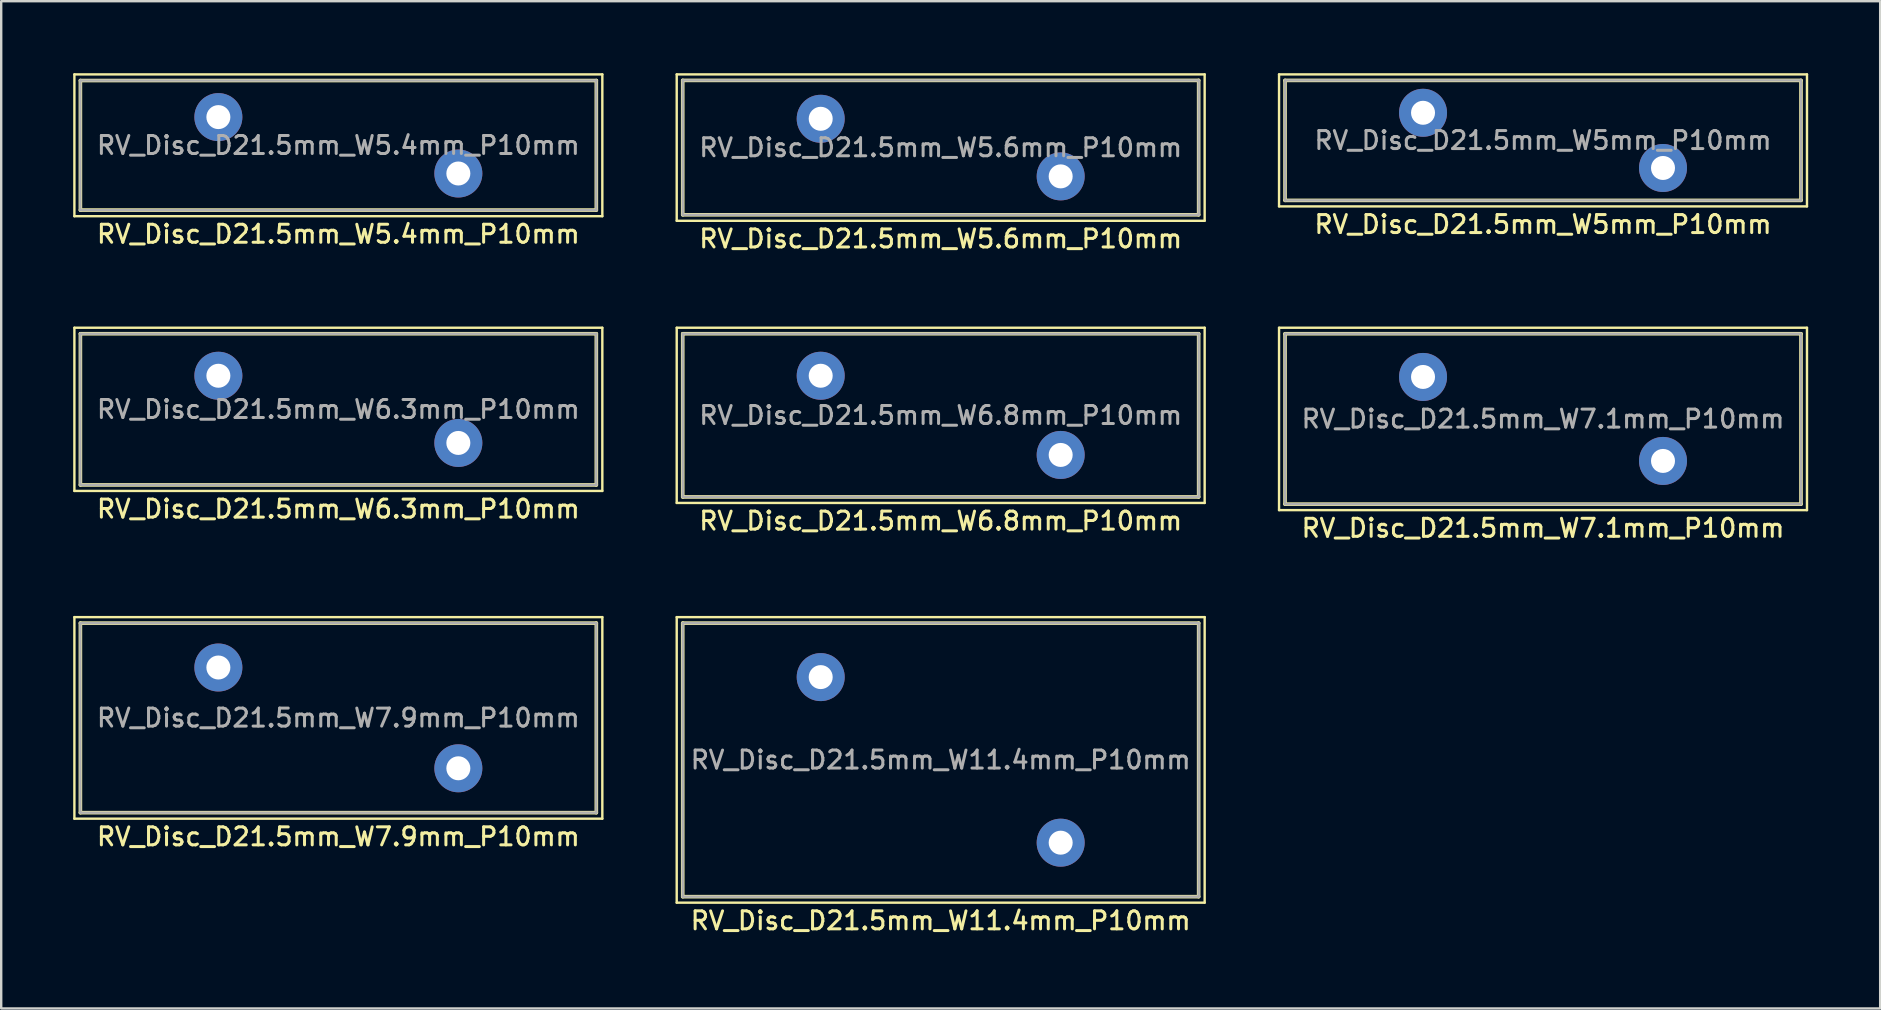
<source format=kicad_pcb>
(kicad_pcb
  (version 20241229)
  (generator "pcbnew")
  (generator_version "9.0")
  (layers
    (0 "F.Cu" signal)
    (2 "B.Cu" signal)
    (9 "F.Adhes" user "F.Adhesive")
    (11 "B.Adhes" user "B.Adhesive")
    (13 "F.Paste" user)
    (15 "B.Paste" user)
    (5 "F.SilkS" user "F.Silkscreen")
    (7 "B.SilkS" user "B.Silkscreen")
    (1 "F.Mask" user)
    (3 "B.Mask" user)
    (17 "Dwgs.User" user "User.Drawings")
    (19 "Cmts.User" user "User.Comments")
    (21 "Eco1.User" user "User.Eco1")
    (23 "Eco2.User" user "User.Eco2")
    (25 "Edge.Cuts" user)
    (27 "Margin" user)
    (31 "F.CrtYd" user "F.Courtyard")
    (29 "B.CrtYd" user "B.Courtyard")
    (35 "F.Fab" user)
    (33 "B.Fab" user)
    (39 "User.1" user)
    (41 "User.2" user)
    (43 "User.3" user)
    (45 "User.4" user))
  (footprint "RV_Disc_D21.5mm_W5.4mm_P10mm"
    (layer "F.Cu")
    (at 6.05 1.83)
    (property "Reference" "RV_Disc_D21.5mm_W5.4mm_P10mm" (at 5 4.875 0) (layer "F.SilkS") (effects (font (size 0.75 0.75) (thickness 0.125))))
    (attr through_hole)
    (fp_line (start -6 -1.78) (end -6 4.13) (stroke (width 0.1) (type solid)) (layer "F.SilkS"))
    (fp_line (start -6 -1.78) (end 16 -1.78) (stroke (width 0.1) (type solid)) (layer "F.SilkS"))
    (fp_line (start -6 4.13) (end 16 4.13) (stroke (width 0.1) (type solid)) (layer "F.SilkS"))
    (fp_line (start -5.75 -1.525) (end -5.75 3.875) (stroke (width 0.15) (type solid)) (layer "F.SilkS"))
    (fp_line (start -5.75 -1.525) (end 15.75 -1.525) (stroke (width 0.15) (type solid)) (layer "F.SilkS"))
    (fp_line (start -5.75 3.875) (end 15.75 3.875) (stroke (width 0.15) (type solid)) (layer "F.SilkS"))
    (fp_line (start 15.75 -1.525) (end 15.75 3.875) (stroke (width 0.15) (type solid)) (layer "F.SilkS"))
    (fp_line (start 16 -1.78) (end 16 4.13) (stroke (width 0.1) (type solid)) (layer "F.SilkS"))
    (fp_line (start -5.75 -1.525) (end -5.75 3.875) (stroke (width 0.1) (type solid)) (layer "F.Fab"))
    (fp_line (start -5.75 -1.525) (end 15.75 -1.525) (stroke (width 0.1) (type solid)) (layer "F.Fab"))
    (fp_line (start -5.75 3.875) (end 15.75 3.875) (stroke (width 0.1) (type solid)) (layer "F.Fab"))
    (fp_line (start 15.75 -1.525) (end 15.75 3.875) (stroke (width 0.1) (type solid)) (layer "F.Fab"))
    (fp_text user "${REFERENCE}" (at 5 1.175 0) (layer "F.Fab") (effects (font (size 0.75 0.75) (thickness 0.125))))
    (pad "1" thru_hole circle (at 0 0) (size 2 2) (drill 1) (layers "*.Cu" "*.Mask"))
    (pad "2" thru_hole circle (at 10 2.35) (size 2 2) (drill 1) (layers "*.Cu" "*.Mask")))
  (footprint "RV_Disc_D21.5mm_W7.1mm_P10mm"
    (layer "F.Cu")
    (at 56.25 12.658)
    (property "Reference" "RV_Disc_D21.5mm_W7.1mm_P10mm" (at 5 6.3 0) (layer "F.SilkS") (effects (font (size 0.75 0.75) (thickness 0.125))))
    (attr through_hole)
    (fp_line (start -6 -2.05) (end -6 5.55) (stroke (width 0.1) (type solid)) (layer "F.SilkS"))
    (fp_line (start -6 -2.05) (end 16 -2.05) (stroke (width 0.1) (type solid)) (layer "F.SilkS"))
    (fp_line (start -6 5.55) (end 16 5.55) (stroke (width 0.1) (type solid)) (layer "F.SilkS"))
    (fp_line (start -5.75 -1.8) (end -5.75 5.3) (stroke (width 0.15) (type solid)) (layer "F.SilkS"))
    (fp_line (start -5.75 -1.8) (end 15.75 -1.8) (stroke (width 0.15) (type solid)) (layer "F.SilkS"))
    (fp_line (start -5.75 5.3) (end 15.75 5.3) (stroke (width 0.15) (type solid)) (layer "F.SilkS"))
    (fp_line (start 15.75 -1.8) (end 15.75 5.3) (stroke (width 0.15) (type solid)) (layer "F.SilkS"))
    (fp_line (start 16 -2.05) (end 16 5.55) (stroke (width 0.1) (type solid)) (layer "F.SilkS"))
    (fp_line (start -5.75 -1.8) (end -5.75 5.3) (stroke (width 0.1) (type solid)) (layer "F.Fab"))
    (fp_line (start -5.75 -1.8) (end 15.75 -1.8) (stroke (width 0.1) (type solid)) (layer "F.Fab"))
    (fp_line (start -5.75 5.3) (end 15.75 5.3) (stroke (width 0.1) (type solid)) (layer "F.Fab"))
    (fp_line (start 15.75 -1.8) (end 15.75 5.3) (stroke (width 0.1) (type solid)) (layer "F.Fab"))
    (fp_text user "${REFERENCE}" (at 5 1.75 0) (layer "F.Fab") (effects (font (size 0.75 0.75) (thickness 0.125))))
    (pad "1" thru_hole circle (at 0 0) (size 2 2) (drill 1) (layers "*.Cu" "*.Mask"))
    (pad "2" thru_hole circle (at 10 3.5) (size 2 2) (drill 1) (layers "*.Cu" "*.Mask")))
  (footprint "RV_Disc_D21.5mm_W11.4mm_P10mm"
    (layer "F.Cu")
    (at 31.15 25.166)
    (property "Reference" "RV_Disc_D21.5mm_W11.4mm_P10mm" (at 5 10.15 0) (layer "F.SilkS") (effects (font (size 0.75 0.75) (thickness 0.125))))
    (attr through_hole)
    (fp_line (start -6 -2.5) (end -6 9.4) (stroke (width 0.1) (type solid)) (layer "F.SilkS"))
    (fp_line (start -6 -2.5) (end 16 -2.5) (stroke (width 0.1) (type solid)) (layer "F.SilkS"))
    (fp_line (start -6 9.4) (end 16 9.4) (stroke (width 0.1) (type solid)) (layer "F.SilkS"))
    (fp_line (start -5.75 -2.25) (end -5.75 9.15) (stroke (width 0.15) (type solid)) (layer "F.SilkS"))
    (fp_line (start -5.75 -2.25) (end 15.75 -2.25) (stroke (width 0.15) (type solid)) (layer "F.SilkS"))
    (fp_line (start -5.75 9.15) (end 15.75 9.15) (stroke (width 0.15) (type solid)) (layer "F.SilkS"))
    (fp_line (start 15.75 -2.25) (end 15.75 9.15) (stroke (width 0.15) (type solid)) (layer "F.SilkS"))
    (fp_line (start 16 -2.5) (end 16 9.4) (stroke (width 0.1) (type solid)) (layer "F.SilkS"))
    (fp_line (start -5.75 -2.25) (end -5.75 9.15) (stroke (width 0.1) (type solid)) (layer "F.Fab"))
    (fp_line (start -5.75 -2.25) (end 15.75 -2.25) (stroke (width 0.1) (type solid)) (layer "F.Fab"))
    (fp_line (start -5.75 9.15) (end 15.75 9.15) (stroke (width 0.1) (type solid)) (layer "F.Fab"))
    (fp_line (start 15.75 -2.25) (end 15.75 9.15) (stroke (width 0.1) (type solid)) (layer "F.Fab"))
    (fp_text user "${REFERENCE}" (at 5 3.45 0) (layer "F.Fab") (effects (font (size 0.75 0.75) (thickness 0.125))))
    (pad "1" thru_hole circle (at 0 0) (size 2 2) (drill 1) (layers "*.Cu" "*.Mask"))
    (pad "2" thru_hole circle (at 10 6.9) (size 2 2) (drill 1) (layers "*.Cu" "*.Mask")))
  (footprint "RV_Disc_D21.5mm_W5.6mm_P10mm"
    (layer "F.Cu")
    (at 31.15 1.9)
    (property "Reference" "RV_Disc_D21.5mm_W5.6mm_P10mm" (at 5 5 0) (layer "F.SilkS") (effects (font (size 0.75 0.75) (thickness 0.125))))
    (attr through_hole)
    (fp_line (start -6 -1.85) (end -6 4.25) (stroke (width 0.1) (type solid)) (layer "F.SilkS"))
    (fp_line (start -6 -1.85) (end 16 -1.85) (stroke (width 0.1) (type solid)) (layer "F.SilkS"))
    (fp_line (start -6 4.25) (end 16 4.25) (stroke (width 0.1) (type solid)) (layer "F.SilkS"))
    (fp_line (start -5.75 -1.6) (end -5.75 4) (stroke (width 0.15) (type solid)) (layer "F.SilkS"))
    (fp_line (start -5.75 -1.6) (end 15.75 -1.6) (stroke (width 0.15) (type solid)) (layer "F.SilkS"))
    (fp_line (start -5.75 4) (end 15.75 4) (stroke (width 0.15) (type solid)) (layer "F.SilkS"))
    (fp_line (start 15.75 -1.6) (end 15.75 4) (stroke (width 0.15) (type solid)) (layer "F.SilkS"))
    (fp_line (start 16 -1.85) (end 16 4.25) (stroke (width 0.1) (type solid)) (layer "F.SilkS"))
    (fp_line (start -5.75 -1.6) (end -5.75 4) (stroke (width 0.1) (type solid)) (layer "F.Fab"))
    (fp_line (start -5.75 -1.6) (end 15.75 -1.6) (stroke (width 0.1) (type solid)) (layer "F.Fab"))
    (fp_line (start -5.75 4) (end 15.75 4) (stroke (width 0.1) (type solid)) (layer "F.Fab"))
    (fp_line (start 15.75 -1.6) (end 15.75 4) (stroke (width 0.1) (type solid)) (layer "F.Fab"))
    (fp_text user "${REFERENCE}" (at 5 1.2 0) (layer "F.Fab") (effects (font (size 0.75 0.75) (thickness 0.125))))
    (pad "1" thru_hole circle (at 0 0) (size 2 2) (drill 1) (layers "*.Cu" "*.Mask"))
    (pad "2" thru_hole circle (at 10 2.4) (size 2 2) (drill 1) (layers "*.Cu" "*.Mask")))
  (footprint "RV_Disc_D21.5mm_W6.3mm_P10mm"
    (layer "F.Cu")
    (at 6.05 12.608)
    (property "Reference" "RV_Disc_D21.5mm_W6.3mm_P10mm" (at 5 5.55 0) (layer "F.SilkS") (effects (font (size 0.75 0.75) (thickness 0.125))))
    (attr through_hole)
    (fp_line (start -6 -2) (end -6 4.8) (stroke (width 0.1) (type solid)) (layer "F.SilkS"))
    (fp_line (start -6 -2) (end 16 -2) (stroke (width 0.1) (type solid)) (layer "F.SilkS"))
    (fp_line (start -6 4.8) (end 16 4.8) (stroke (width 0.1) (type solid)) (layer "F.SilkS"))
    (fp_line (start -5.75 -1.75) (end -5.75 4.55) (stroke (width 0.15) (type solid)) (layer "F.SilkS"))
    (fp_line (start -5.75 -1.75) (end 15.75 -1.75) (stroke (width 0.15) (type solid)) (layer "F.SilkS"))
    (fp_line (start -5.75 4.55) (end 15.75 4.55) (stroke (width 0.15) (type solid)) (layer "F.SilkS"))
    (fp_line (start 15.75 -1.75) (end 15.75 4.55) (stroke (width 0.15) (type solid)) (layer "F.SilkS"))
    (fp_line (start 16 -2) (end 16 4.8) (stroke (width 0.1) (type solid)) (layer "F.SilkS"))
    (fp_line (start -5.75 -1.75) (end -5.75 4.55) (stroke (width 0.1) (type solid)) (layer "F.Fab"))
    (fp_line (start -5.75 -1.75) (end 15.75 -1.75) (stroke (width 0.1) (type solid)) (layer "F.Fab"))
    (fp_line (start -5.75 4.55) (end 15.75 4.55) (stroke (width 0.1) (type solid)) (layer "F.Fab"))
    (fp_line (start 15.75 -1.75) (end 15.75 4.55) (stroke (width 0.1) (type solid)) (layer "F.Fab"))
    (fp_text user "${REFERENCE}" (at 5 1.4 0) (layer "F.Fab") (effects (font (size 0.75 0.75) (thickness 0.125))))
    (pad "1" thru_hole circle (at 0 0) (size 2 2) (drill 1) (layers "*.Cu" "*.Mask"))
    (pad "2" thru_hole circle (at 10 2.8) (size 2 2) (drill 1) (layers "*.Cu" "*.Mask")))
  (footprint "RV_Disc_D21.5mm_W5mm_P10mm"
    (layer "F.Cu")
    (at 56.25 1.65)
    (property "Reference" "RV_Disc_D21.5mm_W5mm_P10mm" (at 5 4.65 0) (layer "F.SilkS") (effects (font (size 0.75 0.75) (thickness 0.125))))
    (attr through_hole)
    (fp_line (start -6 -1.6) (end -6 3.9) (stroke (width 0.1) (type solid)) (layer "F.SilkS"))
    (fp_line (start -6 -1.6) (end 16 -1.6) (stroke (width 0.1) (type solid)) (layer "F.SilkS"))
    (fp_line (start -6 3.9) (end 16 3.9) (stroke (width 0.1) (type solid)) (layer "F.SilkS"))
    (fp_line (start -5.75 -1.35) (end -5.75 3.65) (stroke (width 0.15) (type solid)) (layer "F.SilkS"))
    (fp_line (start -5.75 -1.35) (end 15.75 -1.35) (stroke (width 0.15) (type solid)) (layer "F.SilkS"))
    (fp_line (start -5.75 3.65) (end 15.75 3.65) (stroke (width 0.15) (type solid)) (layer "F.SilkS"))
    (fp_line (start 15.75 -1.35) (end 15.75 3.65) (stroke (width 0.15) (type solid)) (layer "F.SilkS"))
    (fp_line (start 16 -1.6) (end 16 3.9) (stroke (width 0.1) (type solid)) (layer "F.SilkS"))
    (fp_line (start -5.75 -1.35) (end -5.75 3.65) (stroke (width 0.1) (type solid)) (layer "F.Fab"))
    (fp_line (start -5.75 -1.35) (end 15.75 -1.35) (stroke (width 0.1) (type solid)) (layer "F.Fab"))
    (fp_line (start -5.75 3.65) (end 15.75 3.65) (stroke (width 0.1) (type solid)) (layer "F.Fab"))
    (fp_line (start 15.75 -1.35) (end 15.75 3.65) (stroke (width 0.1) (type solid)) (layer "F.Fab"))
    (fp_text user "${REFERENCE}" (at 5 1.15 0) (layer "F.Fab") (effects (font (size 0.75 0.75) (thickness 0.125))))
    (pad "1" thru_hole circle (at 0 0) (size 2 2) (drill 1) (layers "*.Cu" "*.Mask"))
    (pad "2" thru_hole circle (at 10 2.3) (size 2 2) (drill 1) (layers "*.Cu" "*.Mask")))
  (footprint "RV_Disc_D21.5mm_W7.9mm_P10mm"
    (layer "F.Cu")
    (at 6.05 24.766)
    (property "Reference" "RV_Disc_D21.5mm_W7.9mm_P10mm" (at 5 7.05 0) (layer "F.SilkS") (effects (font (size 0.75 0.75) (thickness 0.125))))
    (attr through_hole)
    (fp_line (start -6 -2.1) (end -6 6.3) (stroke (width 0.1) (type solid)) (layer "F.SilkS"))
    (fp_line (start -6 -2.1) (end 16 -2.1) (stroke (width 0.1) (type solid)) (layer "F.SilkS"))
    (fp_line (start -6 6.3) (end 16 6.3) (stroke (width 0.1) (type solid)) (layer "F.SilkS"))
    (fp_line (start -5.75 -1.85) (end -5.75 6.05) (stroke (width 0.15) (type solid)) (layer "F.SilkS"))
    (fp_line (start -5.75 -1.85) (end 15.75 -1.85) (stroke (width 0.15) (type solid)) (layer "F.SilkS"))
    (fp_line (start -5.75 6.05) (end 15.75 6.05) (stroke (width 0.15) (type solid)) (layer "F.SilkS"))
    (fp_line (start 15.75 -1.85) (end 15.75 6.05) (stroke (width 0.15) (type solid)) (layer "F.SilkS"))
    (fp_line (start 16 -2.1) (end 16 6.3) (stroke (width 0.1) (type solid)) (layer "F.SilkS"))
    (fp_line (start -5.75 -1.85) (end -5.75 6.05) (stroke (width 0.1) (type solid)) (layer "F.Fab"))
    (fp_line (start -5.75 -1.85) (end 15.75 -1.85) (stroke (width 0.1) (type solid)) (layer "F.Fab"))
    (fp_line (start -5.75 6.05) (end 15.75 6.05) (stroke (width 0.1) (type solid)) (layer "F.Fab"))
    (fp_line (start 15.75 -1.85) (end 15.75 6.05) (stroke (width 0.1) (type solid)) (layer "F.Fab"))
    (fp_text user "${REFERENCE}" (at 5 2.1 0) (layer "F.Fab") (effects (font (size 0.75 0.75) (thickness 0.125))))
    (pad "1" thru_hole circle (at 0 0) (size 2 2) (drill 1) (layers "*.Cu" "*.Mask"))
    (pad "2" thru_hole circle (at 10 4.2) (size 2 2) (drill 1) (layers "*.Cu" "*.Mask")))
  (footprint "RV_Disc_D21.5mm_W6.8mm_P10mm"
    (layer "F.Cu")
    (at 31.15 12.608)
    (property "Reference" "RV_Disc_D21.5mm_W6.8mm_P10mm" (at 5 6.05 0) (layer "F.SilkS") (effects (font (size 0.75 0.75) (thickness 0.125))))
    (attr through_hole)
    (fp_line (start -6 -2) (end -6 5.3) (stroke (width 0.1) (type solid)) (layer "F.SilkS"))
    (fp_line (start -6 -2) (end 16 -2) (stroke (width 0.1) (type solid)) (layer "F.SilkS"))
    (fp_line (start -6 5.3) (end 16 5.3) (stroke (width 0.1) (type solid)) (layer "F.SilkS"))
    (fp_line (start -5.75 -1.75) (end -5.75 5.05) (stroke (width 0.15) (type solid)) (layer "F.SilkS"))
    (fp_line (start -5.75 -1.75) (end 15.75 -1.75) (stroke (width 0.15) (type solid)) (layer "F.SilkS"))
    (fp_line (start -5.75 5.05) (end 15.75 5.05) (stroke (width 0.15) (type solid)) (layer "F.SilkS"))
    (fp_line (start 15.75 -1.75) (end 15.75 5.05) (stroke (width 0.15) (type solid)) (layer "F.SilkS"))
    (fp_line (start 16 -2) (end 16 5.3) (stroke (width 0.1) (type solid)) (layer "F.SilkS"))
    (fp_line (start -5.75 -1.75) (end -5.75 5.05) (stroke (width 0.1) (type solid)) (layer "F.Fab"))
    (fp_line (start -5.75 -1.75) (end 15.75 -1.75) (stroke (width 0.1) (type solid)) (layer "F.Fab"))
    (fp_line (start -5.75 5.05) (end 15.75 5.05) (stroke (width 0.1) (type solid)) (layer "F.Fab"))
    (fp_line (start 15.75 -1.75) (end 15.75 5.05) (stroke (width 0.1) (type solid)) (layer "F.Fab"))
    (fp_text user "${REFERENCE}" (at 5 1.65 0) (layer "F.Fab") (effects (font (size 0.75 0.75) (thickness 0.125))))
    (pad "1" thru_hole circle (at 0 0) (size 2 2) (drill 1) (layers "*.Cu" "*.Mask"))
    (pad "2" thru_hole circle (at 10 3.3) (size 2 2) (drill 1) (layers "*.Cu" "*.Mask")))
  (gr_rect
    (start -3 -3)
    (end 75.3 38.974)
    (stroke (width 0.1) (type default))
    (fill no)
    (layer "Edge.Cuts")))
</source>
